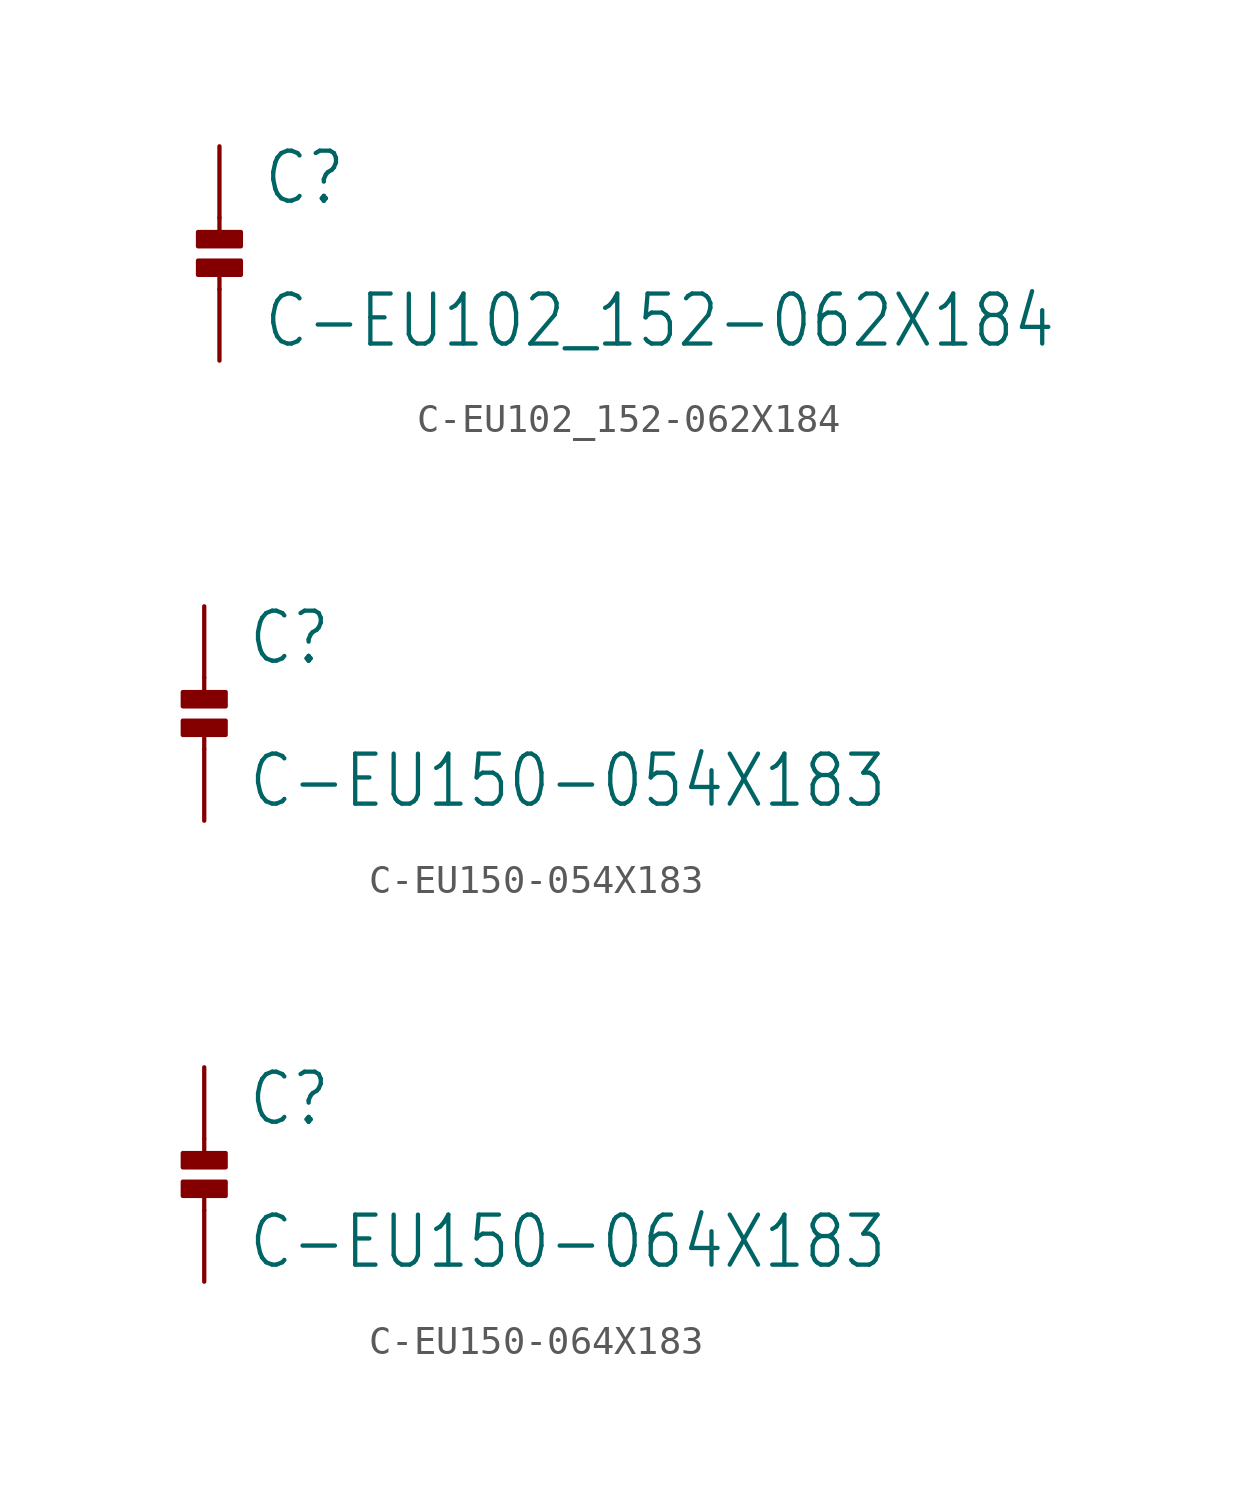
<source format=kicad_sym>
(kicad_symbol_lib
  (version 20211014)
  (generator kicad_symbol_editor)
  (symbol "C-EU102_152-062X184"
    (property "Reference" "C"
      (at 1.524 0.381 0)
      (effects (font (size 1.778 1.511)) (justify left bottom)))
    (property "Value" "C-EU102_152-062X184"
      (at 1.524 -4.699 0)
      (effects (font (size 1.778 1.511)) (justify left bottom)))
    (property "ki_locked" ""
      (at 0 0 0)
      (effects (font (size 1.27 1.27))))
    (symbol "C-EU102_152-062X184_1_0"
      (rectangle (start -0.762 -2.032) (end 0.762 -1.524) (stroke (width 0) (type default) (color 0 0 0 0)) (fill (type outline)))
      (rectangle (start -0.762 -1.016) (end 0.762 -0.508) (stroke (width 0) (type default) (color 0 0 0 0)) (fill (type outline)))
      (polyline (pts (xy 0 -2.54) (xy 0 -2.032)) (stroke (width 0.152) (type default) (color 0 0 0 0)) (fill (type none)))
      (polyline (pts (xy 0 0) (xy 0 -0.508)) (stroke (width 0.152) (type default) (color 0 0 0 0)) (fill (type none)))
      (pin passive line (at 0 2.54 270) (length 2.54) (name "1" (effects (font (size 0 0)))) (number "1" (effects (font (size 0 0)))))
      (pin passive line (at 0 -5.08 90) (length 2.54) (name "2" (effects (font (size 0 0)))) (number "2" (effects (font (size 0 0)))))))
  (symbol "C-EU150-054X183"
    (property "Reference" "C"
      (at 1.524 0.381 0)
      (effects (font (size 1.778 1.511)) (justify left bottom)))
    (property "Value" "C-EU150-054X183"
      (at 1.524 -4.699 0)
      (effects (font (size 1.778 1.511)) (justify left bottom)))
    (property "ki_locked" ""
      (at 0 0 0)
      (effects (font (size 1.27 1.27))))
    (symbol "C-EU150-054X183_1_0"
      (rectangle (start -0.762 -2.032) (end 0.762 -1.524) (stroke (width 0) (type default) (color 0 0 0 0)) (fill (type outline)))
      (rectangle (start -0.762 -1.016) (end 0.762 -0.508) (stroke (width 0) (type default) (color 0 0 0 0)) (fill (type outline)))
      (polyline (pts (xy 0 -2.54) (xy 0 -2.032)) (stroke (width 0.152) (type default) (color 0 0 0 0)) (fill (type none)))
      (polyline (pts (xy 0 0) (xy 0 -0.508)) (stroke (width 0.152) (type default) (color 0 0 0 0)) (fill (type none)))
      (pin passive line (at 0 2.54 270) (length 2.54) (name "1" (effects (font (size 0 0)))) (number "1" (effects (font (size 0 0)))))
      (pin passive line (at 0 -5.08 90) (length 2.54) (name "2" (effects (font (size 0 0)))) (number "2" (effects (font (size 0 0)))))))
  (symbol "C-EU150-064X183"
    (property "Reference" "C"
      (at 1.524 0.381 0)
      (effects (font (size 1.778 1.511)) (justify left bottom)))
    (property "Value" "C-EU150-064X183"
      (at 1.524 -4.699 0)
      (effects (font (size 1.778 1.511)) (justify left bottom)))
    (property "ki_locked" ""
      (at 0 0 0)
      (effects (font (size 1.27 1.27))))
    (symbol "C-EU150-064X183_1_0"
      (rectangle (start -0.762 -2.032) (end 0.762 -1.524) (stroke (width 0) (type default) (color 0 0 0 0)) (fill (type outline)))
      (rectangle (start -0.762 -1.016) (end 0.762 -0.508) (stroke (width 0) (type default) (color 0 0 0 0)) (fill (type outline)))
      (polyline (pts (xy 0 -2.54) (xy 0 -2.032)) (stroke (width 0.152) (type default) (color 0 0 0 0)) (fill (type none)))
      (polyline (pts (xy 0 0) (xy 0 -0.508)) (stroke (width 0.152) (type default) (color 0 0 0 0)) (fill (type none)))
      (pin passive line (at 0 2.54 270) (length 2.54) (name "1" (effects (font (size 0 0)))) (number "1" (effects (font (size 0 0)))))
      (pin passive line (at 0 -5.08 90) (length 2.54) (name "2" (effects (font (size 0 0)))) (number "2" (effects (font (size 0 0))))))))
</source>
